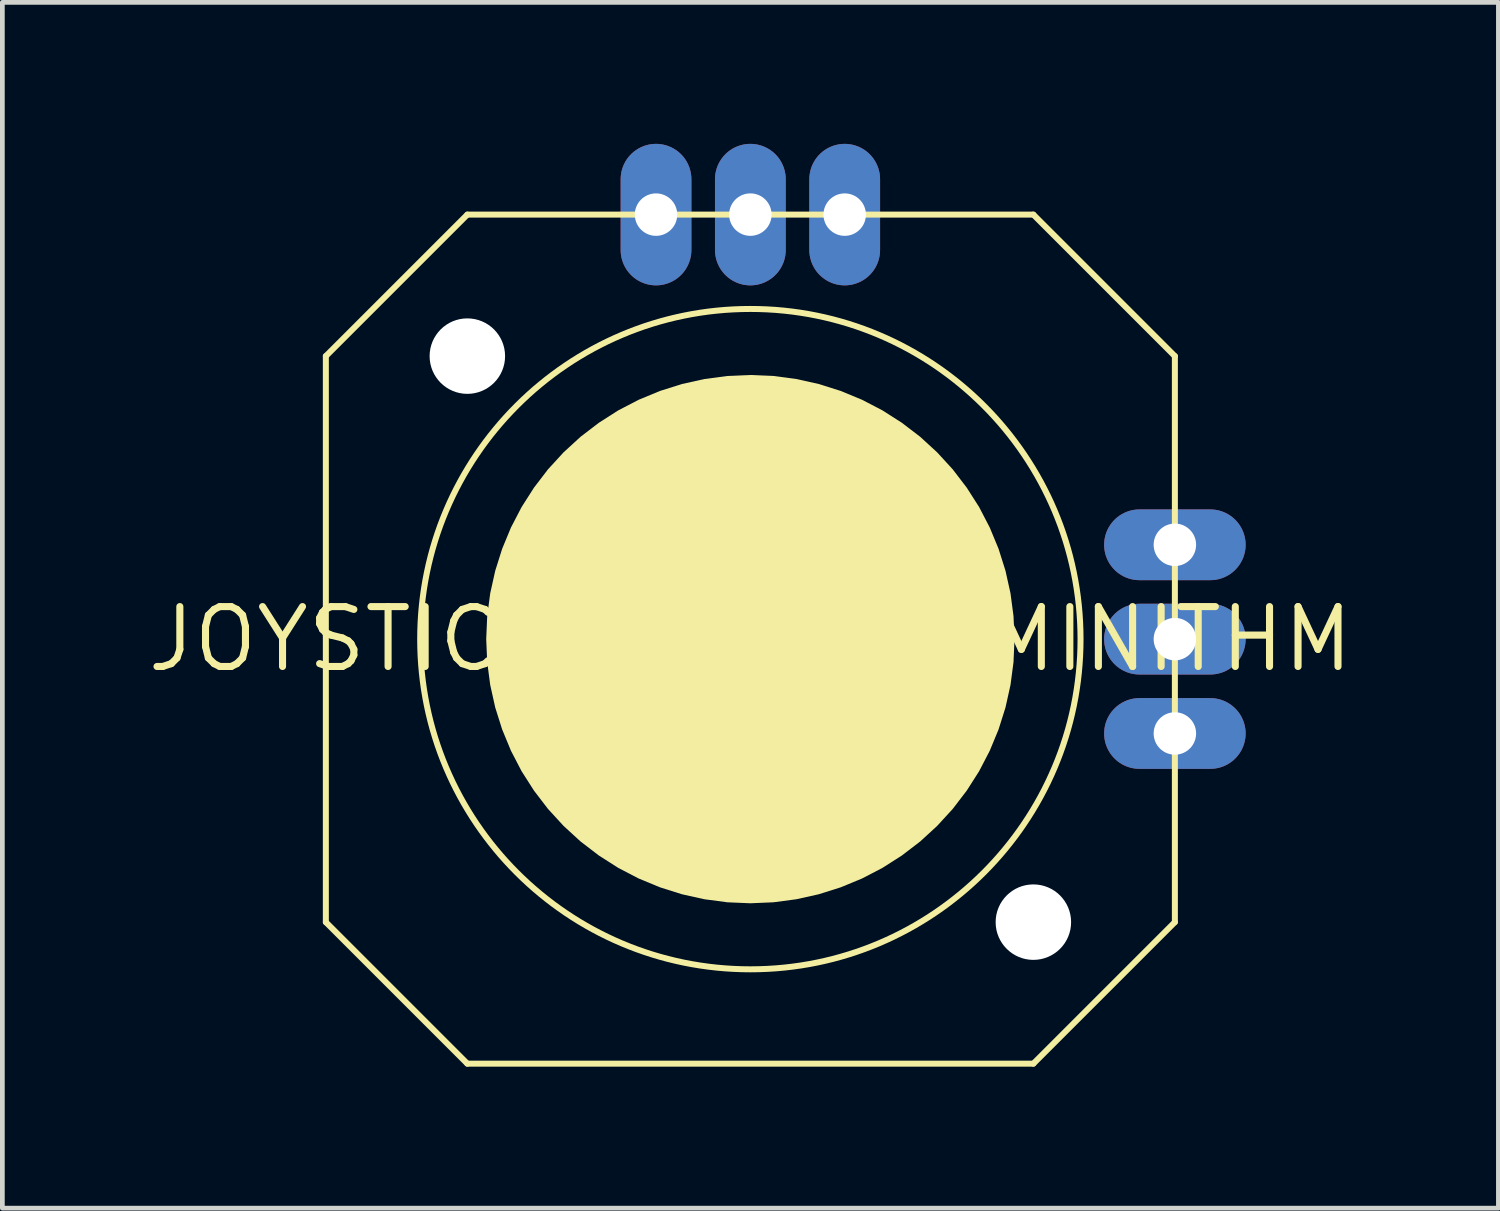
<source format=kicad_pcb>
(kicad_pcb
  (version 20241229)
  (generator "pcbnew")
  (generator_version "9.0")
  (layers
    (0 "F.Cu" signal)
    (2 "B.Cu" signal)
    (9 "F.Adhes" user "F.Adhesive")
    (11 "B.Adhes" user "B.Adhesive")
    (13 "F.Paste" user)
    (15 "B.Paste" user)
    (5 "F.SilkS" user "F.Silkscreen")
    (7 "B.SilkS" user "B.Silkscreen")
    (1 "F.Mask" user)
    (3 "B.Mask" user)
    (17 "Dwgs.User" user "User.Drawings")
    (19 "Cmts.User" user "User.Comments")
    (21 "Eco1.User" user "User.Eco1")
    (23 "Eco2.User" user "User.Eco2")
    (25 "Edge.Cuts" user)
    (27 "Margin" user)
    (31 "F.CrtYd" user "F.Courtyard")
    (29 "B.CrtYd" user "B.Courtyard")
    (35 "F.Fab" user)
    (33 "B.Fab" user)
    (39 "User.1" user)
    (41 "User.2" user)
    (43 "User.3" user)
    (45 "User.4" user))
  (footprint "JOYSTICK_ANALOG_MINITHM"
    (layer "F.Cu")
    (at 12.858 10.5)
    (property "Reference" "JOYSTICK_ANALOG_MINITHM" (at 0 0 0) (layer "F.SilkS") (effects (font (size 1.27 1.27) (thickness 0.15))))
    (attr through_hole)
    (fp_line (start -9 -6) (end -6 -9) (stroke (width 0.127) (type solid)) (layer "F.SilkS"))
    (fp_line (start -9 6) (end -9 -6) (stroke (width 0.127) (type solid)) (layer "F.SilkS"))
    (fp_line (start -6 -9) (end 6 -9) (stroke (width 0.127) (type solid)) (layer "F.SilkS"))
    (fp_line (start -6 9) (end -9 6) (stroke (width 0.127) (type solid)) (layer "F.SilkS"))
    (fp_line (start 6 -9) (end 9 -6) (stroke (width 0.127) (type solid)) (layer "F.SilkS"))
    (fp_line (start 6 9) (end -6 9) (stroke (width 0.127) (type solid)) (layer "F.SilkS"))
    (fp_line (start 9 -6) (end 9 6) (stroke (width 0.127) (type solid)) (layer "F.SilkS"))
    (fp_line (start 9 6) (end 6 9) (stroke (width 0.127) (type solid)) (layer "F.SilkS"))
    (fp_circle (center 0 0) (end 7 0) (stroke (width 0.127) (type solid)) (fill no) (layer "F.SilkS"))
    (fp_poly (pts (xy 0 -5.6) (xy 0.488 -5.579) (xy 0.972 -5.515) (xy 1.449 -5.409) (xy 1.915 -5.262) (xy 2.367 -5.075) (xy 2.8 -4.85) (xy 3.212 -4.587) (xy 3.6 -4.29) (xy 3.96 -3.96) (xy 4.29 -3.6) (xy 4.587 -3.212) (xy 4.85 -2.8) (xy 5.075 -2.367) (xy 5.262 -1.915) (xy 5.409 -1.449) (xy 5.515 -0.972) (xy 5.579 -0.488) (xy 5.6 0) (xy 5.579 0.488) (xy 5.515 0.972) (xy 5.409 1.449) (xy 5.262 1.915) (xy 5.075 2.367) (xy 4.85 2.8) (xy 4.587 3.212) (xy 4.29 3.6) (xy 3.96 3.96) (xy 3.6 4.29) (xy 3.212 4.587) (xy 2.8 4.85) (xy 2.367 5.075) (xy 1.915 5.262) (xy 1.449 5.409) (xy 0.972 5.515) (xy 0.488 5.579) (xy 0 5.6) (xy -0.488 5.579) (xy -0.972 5.515) (xy -1.449 5.409) (xy -1.915 5.262) (xy -2.367 5.075) (xy -2.8 4.85) (xy -3.212 4.587) (xy -3.6 4.29) (xy -3.96 3.96) (xy -4.29 3.6) (xy -4.587 3.212) (xy -4.85 2.8) (xy -5.075 2.367) (xy -5.262 1.915) (xy -5.409 1.449) (xy -5.515 0.972) (xy -5.579 0.488) (xy -5.6 0) (xy -5.579 -0.488) (xy -5.515 -0.972) (xy -5.409 -1.449) (xy -5.262 -1.915) (xy -5.075 -2.367) (xy -4.85 -2.8) (xy -4.587 -3.212) (xy -4.29 -3.6) (xy -3.96 -3.96) (xy -3.6 -4.29) (xy -3.212 -4.587) (xy -2.8 -4.85) (xy -2.367 -5.075) (xy -1.915 -5.262) (xy -1.449 -5.409) (xy -0.972 -5.515) (xy -0.488 -5.579)) (stroke (width 0) (type solid)) (fill yes) (layer "F.SilkS"))
    (pad "" np_thru_hole circle (at -6 -6) (size 1.6 1.6) (drill 1.6) (layers "*.Cu" "*.Mask"))
    (pad "" np_thru_hole circle (at 6 6) (size 1.6 1.6) (drill 1.6) (layers "*.Cu" "*.Mask"))
    (pad "X" thru_hole oval (at 0 -9 90) (size 3 1.5) (drill 0.9) (layers "*.Cu" "*.Mask"))
    (pad "X+" thru_hole oval (at 2 -9 90) (size 3 1.5) (drill 0.9) (layers "*.Cu" "*.Mask"))
    (pad "X-" thru_hole oval (at -2 -9 90) (size 3 1.5) (drill 0.9) (layers "*.Cu" "*.Mask"))
    (pad "Y" thru_hole oval (at 9 0) (size 3 1.5) (drill 0.9) (layers "*.Cu" "*.Mask"))
    (pad "Y+" thru_hole oval (at 9 -2) (size 3 1.5) (drill 0.9) (layers "*.Cu" "*.Mask"))
    (pad "Y-" thru_hole oval (at 9 2) (size 3 1.5) (drill 0.9) (layers "*.Cu" "*.Mask")))
  (gr_rect
    (start -3 -3)
    (end 28.717 22.564)
    (stroke (width 0.1) (type default))
    (fill no)
    (layer "Edge.Cuts")))
</source>
